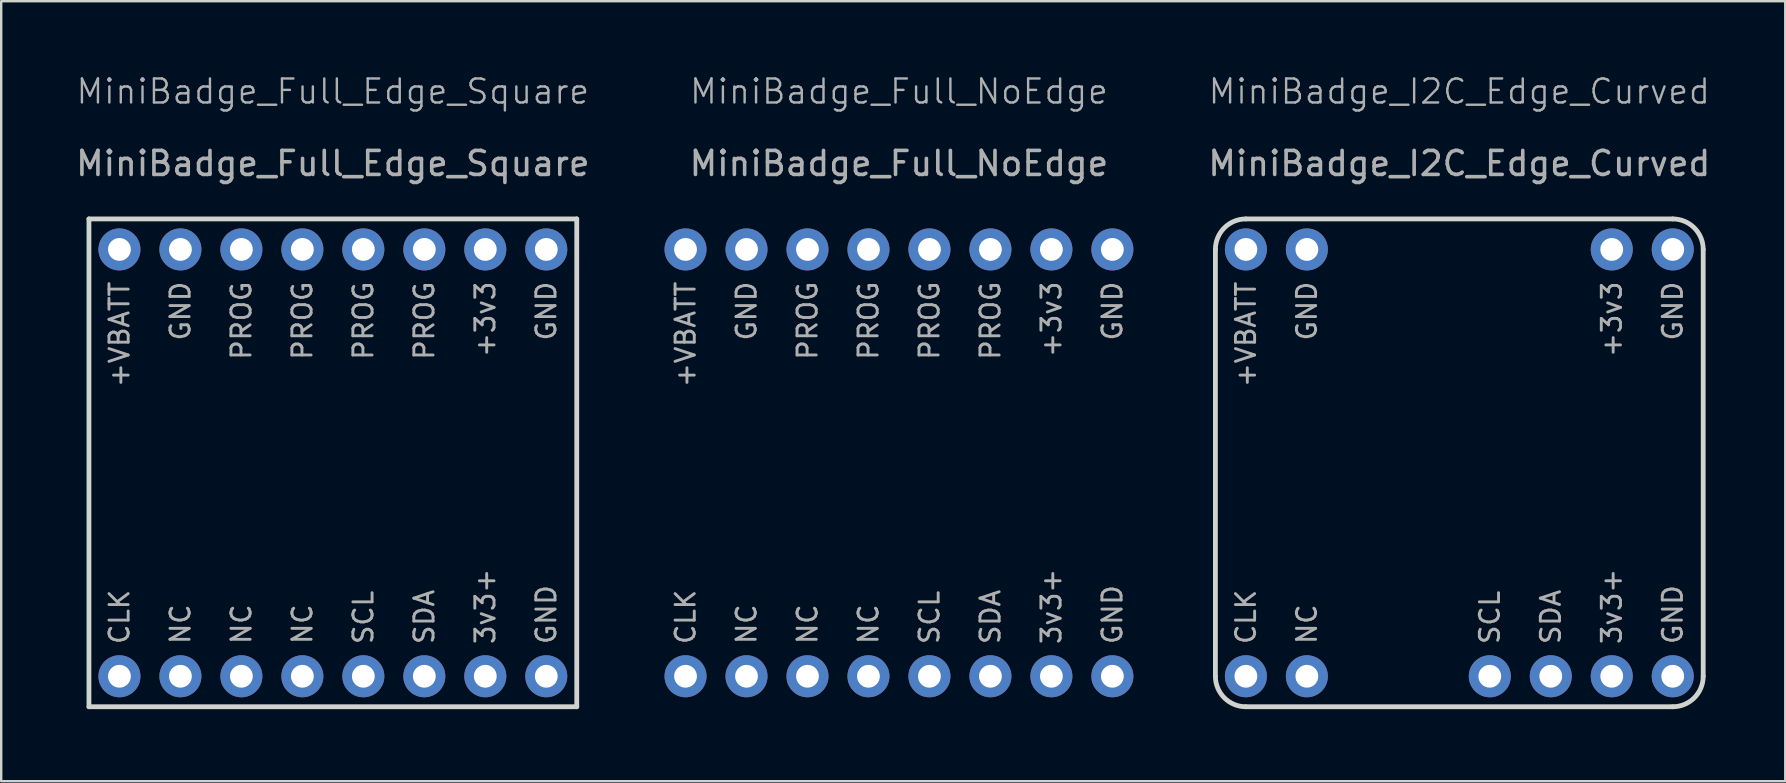
<source format=kicad_pcb>
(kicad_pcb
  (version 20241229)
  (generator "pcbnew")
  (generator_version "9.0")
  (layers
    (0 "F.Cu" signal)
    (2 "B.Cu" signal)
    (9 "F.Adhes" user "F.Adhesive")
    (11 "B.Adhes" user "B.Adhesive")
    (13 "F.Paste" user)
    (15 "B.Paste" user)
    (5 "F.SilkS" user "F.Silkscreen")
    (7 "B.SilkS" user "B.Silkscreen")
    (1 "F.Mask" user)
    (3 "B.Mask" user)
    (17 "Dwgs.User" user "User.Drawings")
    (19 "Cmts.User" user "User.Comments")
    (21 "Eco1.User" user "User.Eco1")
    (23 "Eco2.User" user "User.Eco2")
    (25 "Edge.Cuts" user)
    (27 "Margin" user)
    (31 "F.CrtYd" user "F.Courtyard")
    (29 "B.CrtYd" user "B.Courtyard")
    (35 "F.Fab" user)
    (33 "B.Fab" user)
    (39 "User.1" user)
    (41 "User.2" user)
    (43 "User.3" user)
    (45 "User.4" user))
  (footprint "MiniBadge_Full_Edge_Square"
    (layer "F.Cu")
    (at 10.815 16.23)
    (property "Reference" "MiniBadge_Full_Edge_Square" (at 0 -15.47 0) (unlocked yes) (layer "F.Fab") (effects (font (size 1 1) (thickness 0.1))))
    (attr through_hole allow_missing_courtyard)
    (fp_line (start -10.16 -10.16) (end 10.16 -10.16) (stroke (width 0.2) (type solid)) (layer "Edge.Cuts"))
    (fp_line (start -10.16 10.16) (end -10.16 -10.16) (stroke (width 0.2) (type solid)) (layer "Edge.Cuts"))
    (fp_line (start 10.16 -10.16) (end 10.16 10.16) (stroke (width 0.2) (type solid)) (layer "Edge.Cuts"))
    (fp_line (start 10.16 10.16) (end -10.16 10.16) (stroke (width 0.2) (type solid)) (layer "Edge.Cuts"))
    (fp_text user "+VBATT" (at -8.89 -7.62 90) (unlocked yes) (layer "F.Fab") (effects (font (size 0.8 0.8) (thickness 0.12)) (justify right)))
    (fp_text user "+3v3" (at 6.35 -7.62 90) (unlocked yes) (layer "F.Fab") (effects (font (size 0.8 0.8) (thickness 0.12)) (justify right)))
    (fp_text user "PROG" (at 1.27 -7.62 90) (unlocked yes) (layer "F.Fab") (effects (font (size 0.8 0.8) (thickness 0.12)) (justify right)))
    (fp_text user "NC" (at -6.35 7.62 90) (unlocked yes) (layer "F.Fab") (effects (font (size 0.8 0.8) (thickness 0.12)) (justify left)))
    (fp_text user "PROG" (at -3.81 -7.62 90) (unlocked yes) (layer "F.Fab") (effects (font (size 0.8 0.8) (thickness 0.12)) (justify right)))
    (fp_text user "SDA" (at 3.81 7.62 90) (unlocked yes) (layer "F.Fab") (effects (font (size 0.8 0.8) (thickness 0.12)) (justify left)))
    (fp_text user "PROG" (at 3.81 -7.62 90) (unlocked yes) (layer "F.Fab") (effects (font (size 0.8 0.8) (thickness 0.12)) (justify right)))
    (fp_text user "${REFERENCE}" (at 0 -12.47 0) (unlocked yes) (layer "F.Fab") (effects (font (size 1 1) (thickness 0.15))))
    (fp_text user "CLK" (at -8.89 7.62 90) (unlocked yes) (layer "F.Fab") (effects (font (size 0.8 0.8) (thickness 0.12)) (justify left)))
    (fp_text user "PROG" (at -1.27 -7.62 90) (unlocked yes) (layer "F.Fab") (effects (font (size 0.8 0.8) (thickness 0.12)) (justify right)))
    (fp_text user "NC" (at -1.27 7.62 90) (unlocked yes) (layer "F.Fab") (effects (font (size 0.8 0.8) (thickness 0.12)) (justify left)))
    (fp_text user "GND" (at 8.89 7.62 90) (unlocked yes) (layer "F.Fab") (effects (font (size 0.8 0.8) (thickness 0.12)) (justify left)))
    (fp_text user "GND" (at 8.89 -7.62 90) (unlocked yes) (layer "F.Fab") (effects (font (size 0.8 0.8) (thickness 0.12)) (justify right)))
    (fp_text user "NC" (at -3.81 7.62 90) (unlocked yes) (layer "F.Fab") (effects (font (size 0.8 0.8) (thickness 0.12)) (justify left)))
    (fp_text user "SCL" (at 1.27 7.62 90) (unlocked yes) (layer "F.Fab") (effects (font (size 0.8 0.8) (thickness 0.12)) (justify left)))
    (fp_text user "GND" (at -6.35 -7.62 90) (unlocked yes) (layer "F.Fab") (effects (font (size 0.8 0.8) (thickness 0.12)) (justify right)))
    (fp_text user "3v3+" (at 6.35 7.62 90) (unlocked yes) (layer "F.Fab") (effects (font (size 0.8 0.8) (thickness 0.12)) (justify left)))
    (pad "1" thru_hole circle (at -8.89 -8.89) (size 1.75 1.75) (drill 0.95) (layers "*.Cu" "*.Mask"))
    (pad "2" thru_hole circle (at -6.35 -8.89) (size 1.75 1.75) (drill 0.95) (layers "*.Cu" "*.Mask"))
    (pad "3" thru_hole circle (at -3.81 -8.89) (size 1.75 1.75) (drill 0.95) (layers "*.Cu" "*.Mask"))
    (pad "4" thru_hole circle (at -1.27 -8.89) (size 1.75 1.75) (drill 0.95) (layers "*.Cu" "*.Mask"))
    (pad "5" thru_hole circle (at 1.27 -8.89) (size 1.75 1.75) (drill 0.95) (layers "*.Cu" "*.Mask"))
    (pad "6" thru_hole circle (at 3.81 -8.89) (size 1.75 1.75) (drill 0.95) (layers "*.Cu" "*.Mask"))
    (pad "7" thru_hole circle (at 6.35 -8.89) (size 1.75 1.75) (drill 0.95) (layers "*.Cu" "*.Mask"))
    (pad "8" thru_hole circle (at 8.89 -8.89) (size 1.75 1.75) (drill 0.95) (layers "*.Cu" "*.Mask"))
    (pad "9" thru_hole circle (at -8.89 8.89) (size 1.75 1.75) (drill 0.95) (layers "*.Cu" "*.Mask"))
    (pad "10" thru_hole circle (at -6.35 8.89) (size 1.75 1.75) (drill 0.95) (layers "*.Cu" "*.Mask"))
    (pad "11" thru_hole circle (at -3.81 8.89) (size 1.75 1.75) (drill 0.95) (layers "*.Cu" "*.Mask"))
    (pad "12" thru_hole circle (at -1.27 8.89) (size 1.75 1.75) (drill 0.95) (layers "*.Cu" "*.Mask"))
    (pad "13" thru_hole circle (at 1.27 8.89) (size 1.75 1.75) (drill 0.95) (layers "*.Cu" "*.Mask"))
    (pad "14" thru_hole circle (at 3.81 8.89) (size 1.75 1.75) (drill 0.95) (layers "*.Cu" "*.Mask"))
    (pad "15" thru_hole circle (at 6.35 8.89) (size 1.75 1.75) (drill 0.95) (layers "*.Cu" "*.Mask"))
    (pad "16" thru_hole circle (at 8.89 8.89) (size 1.75 1.75) (drill 0.95) (layers "*.Cu" "*.Mask")))
  (footprint "MiniBadge_Full_NoEdge"
    (layer "F.Cu")
    (at 34.396 16.23)
    (property "Reference" "MiniBadge_Full_NoEdge" (at 0 -15.47 0) (unlocked yes) (layer "F.Fab") (effects (font (size 1 1) (thickness 0.1))))
    (attr through_hole allow_missing_courtyard)
    (fp_text user "GND" (at -6.35 -7.62 90) (unlocked yes) (layer "F.Fab") (effects (font (size 0.8 0.8) (thickness 0.12)) (justify right)))
    (fp_text user "NC" (at -1.27 7.62 90) (unlocked yes) (layer "F.Fab") (effects (font (size 0.8 0.8) (thickness 0.12)) (justify left)))
    (fp_text user "3v3+" (at 6.35 7.62 90) (unlocked yes) (layer "F.Fab") (effects (font (size 0.8 0.8) (thickness 0.12)) (justify left)))
    (fp_text user "NC" (at -3.81 7.62 90) (unlocked yes) (layer "F.Fab") (effects (font (size 0.8 0.8) (thickness 0.12)) (justify left)))
    (fp_text user "SCL" (at 1.27 7.62 90) (unlocked yes) (layer "F.Fab") (effects (font (size 0.8 0.8) (thickness 0.12)) (justify left)))
    (fp_text user "CLK" (at -8.89 7.62 90) (unlocked yes) (layer "F.Fab") (effects (font (size 0.8 0.8) (thickness 0.12)) (justify left)))
    (fp_text user "+VBATT" (at -8.89 -7.62 90) (unlocked yes) (layer "F.Fab") (effects (font (size 0.8 0.8) (thickness 0.12)) (justify right)))
    (fp_text user "PROG" (at 1.27 -7.62 90) (unlocked yes) (layer "F.Fab") (effects (font (size 0.8 0.8) (thickness 0.12)) (justify right)))
    (fp_text user "GND" (at 8.89 -7.62 90) (unlocked yes) (layer "F.Fab") (effects (font (size 0.8 0.8) (thickness 0.12)) (justify right)))
    (fp_text user "SDA" (at 3.81 7.62 90) (unlocked yes) (layer "F.Fab") (effects (font (size 0.8 0.8) (thickness 0.12)) (justify left)))
    (fp_text user "PROG" (at 3.81 -7.62 90) (unlocked yes) (layer "F.Fab") (effects (font (size 0.8 0.8) (thickness 0.12)) (justify right)))
    (fp_text user "GND" (at 8.89 7.62 90) (unlocked yes) (layer "F.Fab") (effects (font (size 0.8 0.8) (thickness 0.12)) (justify left)))
    (fp_text user "PROG" (at -3.81 -7.62 90) (unlocked yes) (layer "F.Fab") (effects (font (size 0.8 0.8) (thickness 0.12)) (justify right)))
    (fp_text user "+3v3" (at 6.35 -7.62 90) (unlocked yes) (layer "F.Fab") (effects (font (size 0.8 0.8) (thickness 0.12)) (justify right)))
    (fp_text user "NC" (at -6.35 7.62 90) (unlocked yes) (layer "F.Fab") (effects (font (size 0.8 0.8) (thickness 0.12)) (justify left)))
    (fp_text user "PROG" (at -1.27 -7.62 90) (unlocked yes) (layer "F.Fab") (effects (font (size 0.8 0.8) (thickness 0.12)) (justify right)))
    (fp_text user "${REFERENCE}" (at 0 -12.47 0) (unlocked yes) (layer "F.Fab") (effects (font (size 1 1) (thickness 0.15))))
    (pad "1" thru_hole circle (at -8.89 -8.89) (size 1.75 1.75) (drill 0.95) (layers "*.Cu" "*.Mask"))
    (pad "2" thru_hole circle (at -6.35 -8.89) (size 1.75 1.75) (drill 0.95) (layers "*.Cu" "*.Mask"))
    (pad "3" thru_hole circle (at -3.81 -8.89) (size 1.75 1.75) (drill 0.95) (layers "*.Cu" "*.Mask"))
    (pad "4" thru_hole circle (at -1.27 -8.89) (size 1.75 1.75) (drill 0.95) (layers "*.Cu" "*.Mask"))
    (pad "5" thru_hole circle (at 1.27 -8.89) (size 1.75 1.75) (drill 0.95) (layers "*.Cu" "*.Mask"))
    (pad "6" thru_hole circle (at 3.81 -8.89) (size 1.75 1.75) (drill 0.95) (layers "*.Cu" "*.Mask"))
    (pad "7" thru_hole circle (at 6.35 -8.89) (size 1.75 1.75) (drill 0.95) (layers "*.Cu" "*.Mask"))
    (pad "8" thru_hole circle (at 8.89 -8.89) (size 1.75 1.75) (drill 0.95) (layers "*.Cu" "*.Mask"))
    (pad "9" thru_hole circle (at -8.89 8.89) (size 1.75 1.75) (drill 0.95) (layers "*.Cu" "*.Mask"))
    (pad "10" thru_hole circle (at -6.35 8.89) (size 1.75 1.75) (drill 0.95) (layers "*.Cu" "*.Mask"))
    (pad "11" thru_hole circle (at -3.81 8.89) (size 1.75 1.75) (drill 0.95) (layers "*.Cu" "*.Mask"))
    (pad "12" thru_hole circle (at -1.27 8.89) (size 1.75 1.75) (drill 0.95) (layers "*.Cu" "*.Mask"))
    (pad "13" thru_hole circle (at 1.27 8.89) (size 1.75 1.75) (drill 0.95) (layers "*.Cu" "*.Mask"))
    (pad "14" thru_hole circle (at 3.81 8.89) (size 1.75 1.75) (drill 0.95) (layers "*.Cu" "*.Mask"))
    (pad "15" thru_hole circle (at 6.35 8.89) (size 1.75 1.75) (drill 0.95) (layers "*.Cu" "*.Mask"))
    (pad "16" thru_hole circle (at 8.89 8.89) (size 1.75 1.75) (drill 0.95) (layers "*.Cu" "*.Mask")))
  (footprint "MiniBadge_I2C_Edge_Curved"
    (layer "F.Cu")
    (at 57.738 16.23)
    (property "Reference" "MiniBadge_I2C_Edge_Curved" (at 0 -15.47 0) (unlocked yes) (layer "F.Fab") (effects (font (size 1 1) (thickness 0.1))))
    (attr through_hole allow_missing_courtyard)
    (fp_line (start -10.16 8.89) (end -10.16 -8.89) (stroke (width 0.2) (type solid)) (layer "Edge.Cuts"))
    (fp_line (start -8.89 -10.16) (end 8.89 -10.16) (stroke (width 0.2) (type solid)) (layer "Edge.Cuts"))
    (fp_line (start -8.89 10.16) (end 8.89 10.16) (stroke (width 0.2) (type solid)) (layer "Edge.Cuts"))
    (fp_line (start 10.16 8.89) (end 10.16 -8.89) (stroke (width 0.2) (type solid)) (layer "Edge.Cuts"))
    (fp_arc (start -10.16 -8.89) (mid -9.788026 -9.788026) (end -8.89 -10.16) (stroke (width 0.2) (type solid)) (layer "Edge.Cuts"))
    (fp_arc (start -8.89 10.16) (mid -9.788026 9.788026) (end -10.16 8.89) (stroke (width 0.2) (type solid)) (layer "Edge.Cuts"))
    (fp_arc (start 8.889999 -10.159999) (mid 9.788025 -9.788025) (end 10.159999 -8.889999) (stroke (width 0.2) (type solid)) (layer "Edge.Cuts"))
    (fp_arc (start 10.159999 8.889999) (mid 9.788025 9.788025) (end 8.889999 10.159999) (stroke (width 0.2) (type solid)) (layer "Edge.Cuts"))
    (fp_text user "+3v3" (at 6.35 -7.62 90) (unlocked yes) (layer "F.Fab") (effects (font (size 0.8 0.8) (thickness 0.12)) (justify right)))
    (fp_text user "GND" (at 8.89 -7.62 90) (unlocked yes) (layer "F.Fab") (effects (font (size 0.8 0.8) (thickness 0.12)) (justify right)))
    (fp_text user "+VBATT" (at -8.89 -7.62 90) (unlocked yes) (layer "F.Fab") (effects (font (size 0.8 0.8) (thickness 0.12)) (justify right)))
    (fp_text user "${REFERENCE}" (at 0 -12.47 0) (unlocked yes) (layer "F.Fab") (effects (font (size 1 1) (thickness 0.15))))
    (fp_text user "GND" (at -6.35 -7.62 90) (unlocked yes) (layer "F.Fab") (effects (font (size 0.8 0.8) (thickness 0.12)) (justify right)))
    (fp_text user "3v3+" (at 6.35 7.62 90) (unlocked yes) (layer "F.Fab") (effects (font (size 0.8 0.8) (thickness 0.12)) (justify left)))
    (fp_text user "SCL" (at 1.27 7.62 90) (unlocked yes) (layer "F.Fab") (effects (font (size 0.8 0.8) (thickness 0.12)) (justify left)))
    (fp_text user "GND" (at 8.89 7.62 90) (unlocked yes) (layer "F.Fab") (effects (font (size 0.8 0.8) (thickness 0.12)) (justify left)))
    (fp_text user "SDA" (at 3.81 7.62 90) (unlocked yes) (layer "F.Fab") (effects (font (size 0.8 0.8) (thickness 0.12)) (justify left)))
    (fp_text user "NC" (at -6.35 7.62 90) (unlocked yes) (layer "F.Fab") (effects (font (size 0.8 0.8) (thickness 0.12)) (justify left)))
    (fp_text user "CLK" (at -8.89 7.62 90) (unlocked yes) (layer "F.Fab") (effects (font (size 0.8 0.8) (thickness 0.12)) (justify left)))
    (pad "1" thru_hole circle (at -8.89 -8.89) (size 1.75 1.75) (drill 0.95) (layers "*.Cu" "*.Mask"))
    (pad "2" thru_hole circle (at -6.35 -8.89) (size 1.75 1.75) (drill 0.95) (layers "*.Cu" "*.Mask"))
    (pad "7" thru_hole circle (at 6.35 -8.89) (size 1.75 1.75) (drill 0.95) (layers "*.Cu" "*.Mask"))
    (pad "8" thru_hole circle (at 8.89 -8.89) (size 1.75 1.75) (drill 0.95) (layers "*.Cu" "*.Mask"))
    (pad "9" thru_hole circle (at -8.89 8.89) (size 1.75 1.75) (drill 0.95) (layers "*.Cu" "*.Mask"))
    (pad "10" thru_hole circle (at -6.35 8.89) (size 1.75 1.75) (drill 0.95) (layers "*.Cu" "*.Mask"))
    (pad "13" thru_hole circle (at 1.27 8.89) (size 1.75 1.75) (drill 0.95) (layers "*.Cu" "*.Mask"))
    (pad "14" thru_hole circle (at 3.81 8.89) (size 1.75 1.75) (drill 0.95) (layers "*.Cu" "*.Mask"))
    (pad "15" thru_hole circle (at 6.35 8.89) (size 1.75 1.75) (drill 0.95) (layers "*.Cu" "*.Mask"))
    (pad "16" thru_hole circle (at 8.89 8.89) (size 1.75 1.75) (drill 0.95) (layers "*.Cu" "*.Mask")))
  (gr_rect
    (start -3 -3)
    (end 71.316 29.491)
    (stroke (width 0.1) (type default))
    (fill no)
    (layer "Edge.Cuts")))
</source>
